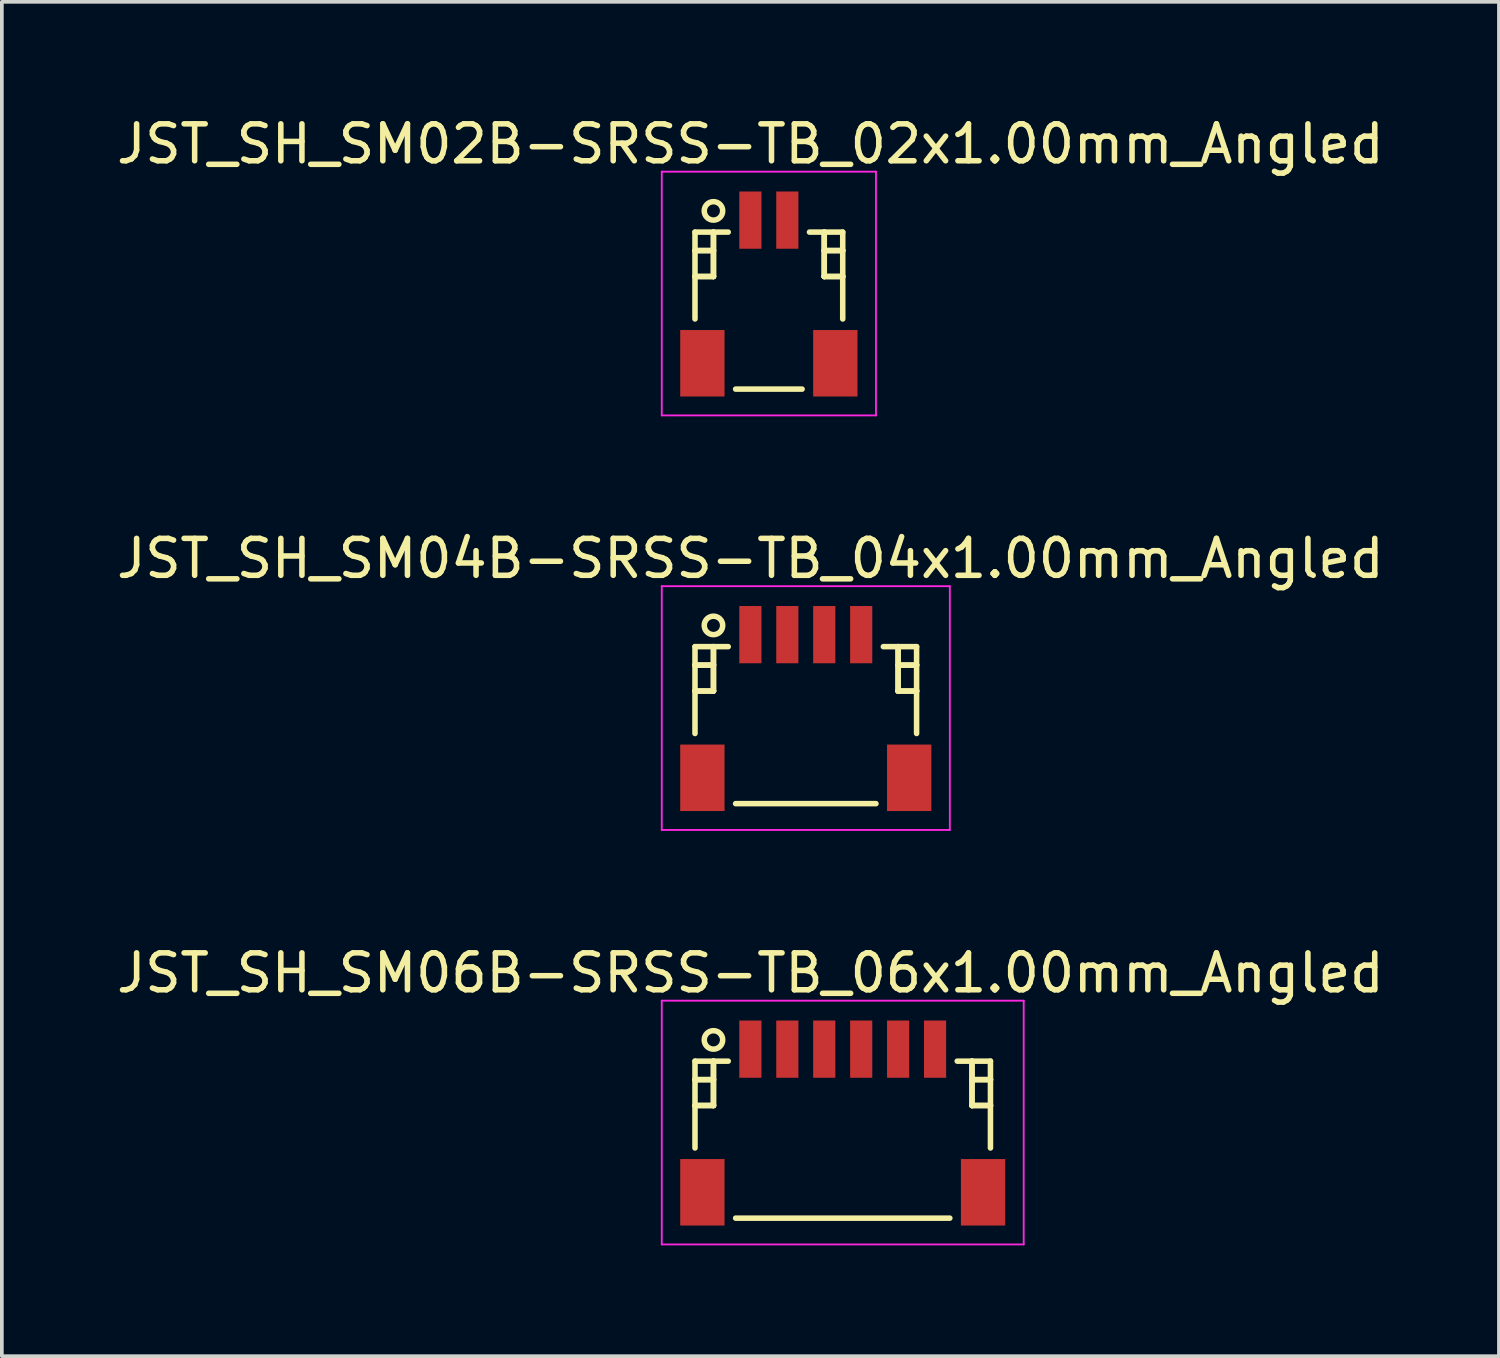
<source format=kicad_pcb>
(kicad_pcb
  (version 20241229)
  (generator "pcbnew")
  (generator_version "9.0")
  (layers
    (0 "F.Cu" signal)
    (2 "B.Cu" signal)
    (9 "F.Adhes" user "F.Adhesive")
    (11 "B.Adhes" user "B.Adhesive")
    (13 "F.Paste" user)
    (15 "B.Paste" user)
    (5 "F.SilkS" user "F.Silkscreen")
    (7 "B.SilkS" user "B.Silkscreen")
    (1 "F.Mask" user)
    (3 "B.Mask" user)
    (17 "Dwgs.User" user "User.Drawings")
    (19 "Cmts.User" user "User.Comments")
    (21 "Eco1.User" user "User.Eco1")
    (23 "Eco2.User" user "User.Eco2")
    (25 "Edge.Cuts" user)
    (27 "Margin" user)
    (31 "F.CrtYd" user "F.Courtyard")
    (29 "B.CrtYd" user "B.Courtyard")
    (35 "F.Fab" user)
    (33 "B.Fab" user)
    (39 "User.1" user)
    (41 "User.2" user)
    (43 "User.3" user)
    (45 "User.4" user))
  (footprint "JST_SH_SM02B-SRSS-TB_02x1.00mm_Angled"
    (layer "F.Cu")
    (at 17.768 4.848)
    (property "Reference" "JST_SH_SM02B-SRSS-TB_02x1.00mm_Angled" (at -0.5 -4 0) (layer "F.SilkS") (effects (font (size 1 1) (thickness 0.15))))
    (attr smd)
    (fp_line (start -2 -1.613) (end -1.1 -1.613) (stroke (width 0.15) (type solid)) (layer "F.SilkS"))
    (fp_line (start -2 -1.113) (end -2 -1.113) (stroke (width 0.15) (type solid)) (layer "F.SilkS"))
    (fp_line (start -2 -1.113) (end -1.5 -1.113) (stroke (width 0.15) (type solid)) (layer "F.SilkS"))
    (fp_line (start -2 -0.412) (end -2 -0.412) (stroke (width 0.15) (type solid)) (layer "F.SilkS"))
    (fp_line (start -2 -0.412) (end -1.5 -0.412) (stroke (width 0.15) (type solid)) (layer "F.SilkS"))
    (fp_line (start -2 0.738) (end -2 -1.613) (stroke (width 0.15) (type solid)) (layer "F.SilkS"))
    (fp_line (start -1.5 -1.613) (end -1.5 -1.613) (stroke (width 0.15) (type solid)) (layer "F.SilkS"))
    (fp_line (start -1.5 -1.613) (end -1.5 -0.412) (stroke (width 0.15) (type solid)) (layer "F.SilkS"))
    (fp_line (start -1.5 -1.113) (end -2 -1.113) (stroke (width 0.15) (type solid)) (layer "F.SilkS"))
    (fp_line (start -1.5 -1.113) (end -1.5 -1.113) (stroke (width 0.15) (type solid)) (layer "F.SilkS"))
    (fp_line (start -1.5 -0.412) (end -2 -0.412) (stroke (width 0.15) (type solid)) (layer "F.SilkS"))
    (fp_line (start -1.5 -0.412) (end -1.5 -1.613) (stroke (width 0.15) (type solid)) (layer "F.SilkS"))
    (fp_line (start -1.5 -0.412) (end -1.5 -0.412) (stroke (width 0.15) (type solid)) (layer "F.SilkS"))
    (fp_line (start -1.5 -0.412) (end -1.5 -0.412) (stroke (width 0.15) (type solid)) (layer "F.SilkS"))
    (fp_line (start -0.9 2.638) (end 0.9 2.638) (stroke (width 0.15) (type solid)) (layer "F.SilkS"))
    (fp_line (start 1.5 -1.613) (end 1.5 -1.613) (stroke (width 0.15) (type solid)) (layer "F.SilkS"))
    (fp_line (start 1.5 -1.613) (end 1.5 -0.412) (stroke (width 0.15) (type solid)) (layer "F.SilkS"))
    (fp_line (start 1.5 -1.113) (end 1.5 -1.113) (stroke (width 0.15) (type solid)) (layer "F.SilkS"))
    (fp_line (start 1.5 -1.113) (end 2 -1.113) (stroke (width 0.15) (type solid)) (layer "F.SilkS"))
    (fp_line (start 1.5 -0.412) (end 1.5 -1.613) (stroke (width 0.15) (type solid)) (layer "F.SilkS"))
    (fp_line (start 1.5 -0.412) (end 1.5 -0.412) (stroke (width 0.15) (type solid)) (layer "F.SilkS"))
    (fp_line (start 1.5 -0.412) (end 1.5 -0.412) (stroke (width 0.15) (type solid)) (layer "F.SilkS"))
    (fp_line (start 1.5 -0.412) (end 2 -0.412) (stroke (width 0.15) (type solid)) (layer "F.SilkS"))
    (fp_line (start 2 -1.613) (end 1.1 -1.613) (stroke (width 0.15) (type solid)) (layer "F.SilkS"))
    (fp_line (start 2 -1.113) (end 1.5 -1.113) (stroke (width 0.15) (type solid)) (layer "F.SilkS"))
    (fp_line (start 2 -1.113) (end 2 -1.113) (stroke (width 0.15) (type solid)) (layer "F.SilkS"))
    (fp_line (start 2 -0.412) (end 1.5 -0.412) (stroke (width 0.15) (type solid)) (layer "F.SilkS"))
    (fp_line (start 2 -0.412) (end 2 -0.412) (stroke (width 0.15) (type solid)) (layer "F.SilkS"))
    (fp_line (start 2 0.738) (end 2 -1.613) (stroke (width 0.15) (type solid)) (layer "F.SilkS"))
    (fp_circle (center -1.5 -2.188) (end -1.25 -2.188) (stroke (width 0.15) (type solid)) (fill no) (layer "F.SilkS"))
    (fp_line (start -2.9 -3.25) (end 2.9 -3.25) (stroke (width 0.05) (type solid)) (layer "F.CrtYd"))
    (fp_line (start -2.9 3.35) (end -2.9 -3.25) (stroke (width 0.05) (type solid)) (layer "F.CrtYd"))
    (fp_line (start 2.9 -3.25) (end 2.9 3.35) (stroke (width 0.05) (type solid)) (layer "F.CrtYd"))
    (fp_line (start 2.9 3.35) (end -2.9 3.35) (stroke (width 0.05) (type solid)) (layer "F.CrtYd"))
    (pad "" smd rect (at -1.8 1.938) (size 1.2 1.8) (layers "F.Cu" "F.Mask" "F.Paste"))
    (pad "" smd rect (at 1.8 1.938) (size 1.2 1.8) (layers "F.Cu" "F.Mask" "F.Paste"))
    (pad "1" smd rect (at -0.5 -1.938) (size 0.6 1.55) (layers "F.Cu" "F.Mask" "F.Paste"))
    (pad "2" smd rect (at 0.5 -1.938) (size 0.6 1.55) (layers "F.Cu" "F.Mask" "F.Paste")))
  (footprint "JST_SH_SM06B-SRSS-TB_06x1.00mm_Angled"
    (layer "F.Cu")
    (at 19.768 27.295)
    (property "Reference" "JST_SH_SM06B-SRSS-TB_06x1.00mm_Angled" (at -2.5 -4 0) (layer "F.SilkS") (effects (font (size 1 1) (thickness 0.15))))
    (attr smd)
    (fp_line (start -4 -1.613) (end -3.1 -1.613) (stroke (width 0.15) (type solid)) (layer "F.SilkS"))
    (fp_line (start -4 -1.113) (end -4 -1.113) (stroke (width 0.15) (type solid)) (layer "F.SilkS"))
    (fp_line (start -4 -1.113) (end -3.5 -1.113) (stroke (width 0.15) (type solid)) (layer "F.SilkS"))
    (fp_line (start -4 -0.412) (end -4 -0.412) (stroke (width 0.15) (type solid)) (layer "F.SilkS"))
    (fp_line (start -4 -0.412) (end -3.5 -0.412) (stroke (width 0.15) (type solid)) (layer "F.SilkS"))
    (fp_line (start -4 0.738) (end -4 -1.613) (stroke (width 0.15) (type solid)) (layer "F.SilkS"))
    (fp_line (start -3.5 -1.613) (end -3.5 -1.613) (stroke (width 0.15) (type solid)) (layer "F.SilkS"))
    (fp_line (start -3.5 -1.613) (end -3.5 -0.412) (stroke (width 0.15) (type solid)) (layer "F.SilkS"))
    (fp_line (start -3.5 -1.113) (end -4 -1.113) (stroke (width 0.15) (type solid)) (layer "F.SilkS"))
    (fp_line (start -3.5 -1.113) (end -3.5 -1.113) (stroke (width 0.15) (type solid)) (layer "F.SilkS"))
    (fp_line (start -3.5 -0.412) (end -4 -0.412) (stroke (width 0.15) (type solid)) (layer "F.SilkS"))
    (fp_line (start -3.5 -0.412) (end -3.5 -1.613) (stroke (width 0.15) (type solid)) (layer "F.SilkS"))
    (fp_line (start -3.5 -0.412) (end -3.5 -0.412) (stroke (width 0.15) (type solid)) (layer "F.SilkS"))
    (fp_line (start -3.5 -0.412) (end -3.5 -0.412) (stroke (width 0.15) (type solid)) (layer "F.SilkS"))
    (fp_line (start -2.9 2.638) (end 2.9 2.638) (stroke (width 0.15) (type solid)) (layer "F.SilkS"))
    (fp_line (start 3.5 -1.613) (end 3.5 -1.613) (stroke (width 0.15) (type solid)) (layer "F.SilkS"))
    (fp_line (start 3.5 -1.613) (end 3.5 -0.412) (stroke (width 0.15) (type solid)) (layer "F.SilkS"))
    (fp_line (start 3.5 -1.113) (end 3.5 -1.113) (stroke (width 0.15) (type solid)) (layer "F.SilkS"))
    (fp_line (start 3.5 -1.113) (end 4 -1.113) (stroke (width 0.15) (type solid)) (layer "F.SilkS"))
    (fp_line (start 3.5 -0.412) (end 3.5 -1.613) (stroke (width 0.15) (type solid)) (layer "F.SilkS"))
    (fp_line (start 3.5 -0.412) (end 3.5 -0.412) (stroke (width 0.15) (type solid)) (layer "F.SilkS"))
    (fp_line (start 3.5 -0.412) (end 3.5 -0.412) (stroke (width 0.15) (type solid)) (layer "F.SilkS"))
    (fp_line (start 3.5 -0.412) (end 4 -0.412) (stroke (width 0.15) (type solid)) (layer "F.SilkS"))
    (fp_line (start 4 -1.613) (end 3.1 -1.613) (stroke (width 0.15) (type solid)) (layer "F.SilkS"))
    (fp_line (start 4 -1.113) (end 3.5 -1.113) (stroke (width 0.15) (type solid)) (layer "F.SilkS"))
    (fp_line (start 4 -1.113) (end 4 -1.113) (stroke (width 0.15) (type solid)) (layer "F.SilkS"))
    (fp_line (start 4 -0.412) (end 3.5 -0.412) (stroke (width 0.15) (type solid)) (layer "F.SilkS"))
    (fp_line (start 4 -0.412) (end 4 -0.412) (stroke (width 0.15) (type solid)) (layer "F.SilkS"))
    (fp_line (start 4 0.738) (end 4 -1.613) (stroke (width 0.15) (type solid)) (layer "F.SilkS"))
    (fp_circle (center -3.5 -2.188) (end -3.25 -2.188) (stroke (width 0.15) (type solid)) (fill no) (layer "F.SilkS"))
    (fp_line (start -4.9 -3.25) (end 4.9 -3.25) (stroke (width 0.05) (type solid)) (layer "F.CrtYd"))
    (fp_line (start -4.9 3.35) (end -4.9 -3.25) (stroke (width 0.05) (type solid)) (layer "F.CrtYd"))
    (fp_line (start 4.9 -3.25) (end 4.9 3.35) (stroke (width 0.05) (type solid)) (layer "F.CrtYd"))
    (fp_line (start 4.9 3.35) (end -4.9 3.35) (stroke (width 0.05) (type solid)) (layer "F.CrtYd"))
    (pad "" smd rect (at -3.8 1.938) (size 1.2 1.8) (layers "F.Cu" "F.Mask" "F.Paste"))
    (pad "" smd rect (at 3.8 1.938) (size 1.2 1.8) (layers "F.Cu" "F.Mask" "F.Paste"))
    (pad "1" smd rect (at -2.5 -1.938) (size 0.6 1.55) (layers "F.Cu" "F.Mask" "F.Paste"))
    (pad "2" smd rect (at -1.5 -1.938) (size 0.6 1.55) (layers "F.Cu" "F.Mask" "F.Paste"))
    (pad "3" smd rect (at -0.5 -1.938) (size 0.6 1.55) (layers "F.Cu" "F.Mask" "F.Paste"))
    (pad "4" smd rect (at 0.5 -1.938) (size 0.6 1.55) (layers "F.Cu" "F.Mask" "F.Paste"))
    (pad "5" smd rect (at 1.5 -1.938) (size 0.6 1.55) (layers "F.Cu" "F.Mask" "F.Paste"))
    (pad "6" smd rect (at 2.5 -1.938) (size 0.6 1.55) (layers "F.Cu" "F.Mask" "F.Paste")))
  (footprint "JST_SH_SM04B-SRSS-TB_04x1.00mm_Angled"
    (layer "F.Cu")
    (at 18.768 16.072)
    (property "Reference" "JST_SH_SM04B-SRSS-TB_04x1.00mm_Angled" (at -1.5 -4 0) (layer "F.SilkS") (effects (font (size 1 1) (thickness 0.15))))
    (attr smd)
    (fp_line (start -3 -1.613) (end -2.1 -1.613) (stroke (width 0.15) (type solid)) (layer "F.SilkS"))
    (fp_line (start -3 -1.113) (end -3 -1.113) (stroke (width 0.15) (type solid)) (layer "F.SilkS"))
    (fp_line (start -3 -1.113) (end -2.5 -1.113) (stroke (width 0.15) (type solid)) (layer "F.SilkS"))
    (fp_line (start -3 -0.412) (end -3 -0.412) (stroke (width 0.15) (type solid)) (layer "F.SilkS"))
    (fp_line (start -3 -0.412) (end -2.5 -0.412) (stroke (width 0.15) (type solid)) (layer "F.SilkS"))
    (fp_line (start -3 0.738) (end -3 -1.613) (stroke (width 0.15) (type solid)) (layer "F.SilkS"))
    (fp_line (start -2.5 -1.613) (end -2.5 -1.613) (stroke (width 0.15) (type solid)) (layer "F.SilkS"))
    (fp_line (start -2.5 -1.613) (end -2.5 -0.412) (stroke (width 0.15) (type solid)) (layer "F.SilkS"))
    (fp_line (start -2.5 -1.113) (end -3 -1.113) (stroke (width 0.15) (type solid)) (layer "F.SilkS"))
    (fp_line (start -2.5 -1.113) (end -2.5 -1.113) (stroke (width 0.15) (type solid)) (layer "F.SilkS"))
    (fp_line (start -2.5 -0.412) (end -3 -0.412) (stroke (width 0.15) (type solid)) (layer "F.SilkS"))
    (fp_line (start -2.5 -0.412) (end -2.5 -1.613) (stroke (width 0.15) (type solid)) (layer "F.SilkS"))
    (fp_line (start -2.5 -0.412) (end -2.5 -0.412) (stroke (width 0.15) (type solid)) (layer "F.SilkS"))
    (fp_line (start -2.5 -0.412) (end -2.5 -0.412) (stroke (width 0.15) (type solid)) (layer "F.SilkS"))
    (fp_line (start -1.9 2.638) (end 1.9 2.638) (stroke (width 0.15) (type solid)) (layer "F.SilkS"))
    (fp_line (start 2.5 -1.613) (end 2.5 -1.613) (stroke (width 0.15) (type solid)) (layer "F.SilkS"))
    (fp_line (start 2.5 -1.613) (end 2.5 -0.412) (stroke (width 0.15) (type solid)) (layer "F.SilkS"))
    (fp_line (start 2.5 -1.113) (end 2.5 -1.113) (stroke (width 0.15) (type solid)) (layer "F.SilkS"))
    (fp_line (start 2.5 -1.113) (end 3 -1.113) (stroke (width 0.15) (type solid)) (layer "F.SilkS"))
    (fp_line (start 2.5 -0.412) (end 2.5 -1.613) (stroke (width 0.15) (type solid)) (layer "F.SilkS"))
    (fp_line (start 2.5 -0.412) (end 2.5 -0.412) (stroke (width 0.15) (type solid)) (layer "F.SilkS"))
    (fp_line (start 2.5 -0.412) (end 2.5 -0.412) (stroke (width 0.15) (type solid)) (layer "F.SilkS"))
    (fp_line (start 2.5 -0.412) (end 3 -0.412) (stroke (width 0.15) (type solid)) (layer "F.SilkS"))
    (fp_line (start 3 -1.613) (end 2.1 -1.613) (stroke (width 0.15) (type solid)) (layer "F.SilkS"))
    (fp_line (start 3 -1.113) (end 2.5 -1.113) (stroke (width 0.15) (type solid)) (layer "F.SilkS"))
    (fp_line (start 3 -1.113) (end 3 -1.113) (stroke (width 0.15) (type solid)) (layer "F.SilkS"))
    (fp_line (start 3 -0.412) (end 2.5 -0.412) (stroke (width 0.15) (type solid)) (layer "F.SilkS"))
    (fp_line (start 3 -0.412) (end 3 -0.412) (stroke (width 0.15) (type solid)) (layer "F.SilkS"))
    (fp_line (start 3 0.738) (end 3 -1.613) (stroke (width 0.15) (type solid)) (layer "F.SilkS"))
    (fp_circle (center -2.5 -2.188) (end -2.25 -2.188) (stroke (width 0.15) (type solid)) (fill no) (layer "F.SilkS"))
    (fp_line (start -3.9 -3.25) (end 3.9 -3.25) (stroke (width 0.05) (type solid)) (layer "F.CrtYd"))
    (fp_line (start -3.9 3.35) (end -3.9 -3.25) (stroke (width 0.05) (type solid)) (layer "F.CrtYd"))
    (fp_line (start 3.9 -3.25) (end 3.9 3.35) (stroke (width 0.05) (type solid)) (layer "F.CrtYd"))
    (fp_line (start 3.9 3.35) (end -3.9 3.35) (stroke (width 0.05) (type solid)) (layer "F.CrtYd"))
    (pad "" smd rect (at -2.8 1.938) (size 1.2 1.8) (layers "F.Cu" "F.Mask" "F.Paste"))
    (pad "" smd rect (at 2.8 1.938) (size 1.2 1.8) (layers "F.Cu" "F.Mask" "F.Paste"))
    (pad "1" smd rect (at -1.5 -1.938) (size 0.6 1.55) (layers "F.Cu" "F.Mask" "F.Paste"))
    (pad "2" smd rect (at -0.5 -1.938) (size 0.6 1.55) (layers "F.Cu" "F.Mask" "F.Paste"))
    (pad "3" smd rect (at 0.5 -1.938) (size 0.6 1.55) (layers "F.Cu" "F.Mask" "F.Paste"))
    (pad "4" smd rect (at 1.5 -1.938) (size 0.6 1.55) (layers "F.Cu" "F.Mask" "F.Paste")))
  (gr_rect
    (start -3 -3)
    (end 37.536 33.67)
    (stroke (width 0.1) (type default))
    (fill no)
    (layer "Edge.Cuts")))
</source>
